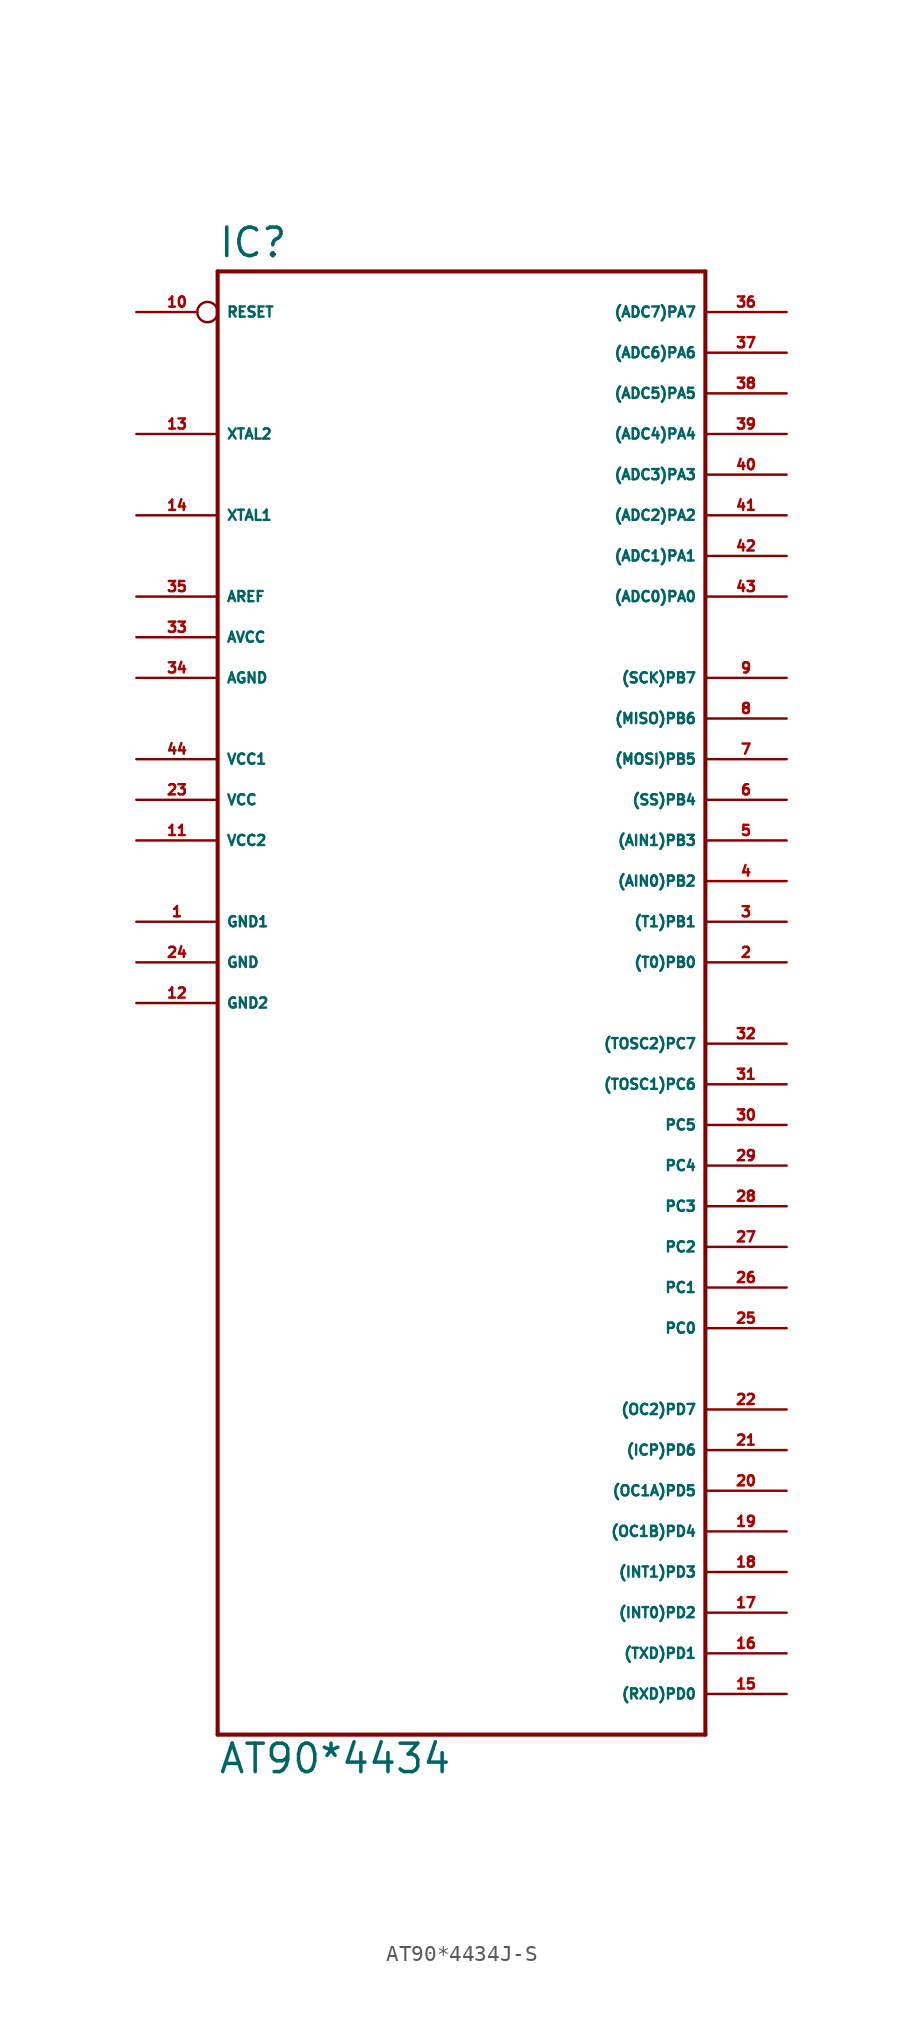
<source format=kicad_sym>
(kicad_symbol_lib
  (version 20220914)
  (generator Eagle2Kicad)
  (symbol "AT90*4434J-S"
    (property "Reference" "IC"
      (at -15.24 43.942 0)
      (effects (font (size 1.778 1.778) (thickness 0.22)) (justify left bottom)))
    (property "Value" "AT90*4434"
      (at -15.24 -50.8 0)
      (effects (font (size 1.778 1.778) (thickness 0.22)) (justify left bottom)))
    (polyline
      (pts (xy -15.24 43.18) (xy 15.24 43.18))
      (stroke (width 0.254) (type default))
      (fill (type none)))
    (polyline
      (pts (xy 15.24 43.18) (xy 15.24 -48.26))
      (stroke (width 0.254) (type default))
      (fill (type none)))
    (polyline
      (pts (xy 15.24 -48.26) (xy -15.24 -48.26))
      (stroke (width 0.254) (type default))
      (fill (type none)))
    (polyline
      (pts (xy -15.24 -48.26) (xy -15.24 43.18))
      (stroke (width 0.254) (type default))
      (fill (type none)))
    (pin bidirectional line
      (at 20.32 40.64 180)
      (length 5.08)
      (name "(ADC7)PA7" (effects (font (size 0.635 0.635) (thickness 0.08)) (justify left bottom)))
      (number "36" (effects (font (size 0.635 0.635) (thickness 0.08)) (justify left bottom))))
    (pin bidirectional line
      (at 20.32 38.1 180)
      (length 5.08)
      (name "(ADC6)PA6" (effects (font (size 0.635 0.635) (thickness 0.08)) (justify left bottom)))
      (number "37" (effects (font (size 0.635 0.635) (thickness 0.08)) (justify left bottom))))
    (pin bidirectional line
      (at 20.32 35.56 180)
      (length 5.08)
      (name "(ADC5)PA5" (effects (font (size 0.635 0.635) (thickness 0.08)) (justify left bottom)))
      (number "38" (effects (font (size 0.635 0.635) (thickness 0.08)) (justify left bottom))))
    (pin bidirectional line
      (at 20.32 33.02 180)
      (length 5.08)
      (name "(ADC4)PA4" (effects (font (size 0.635 0.635) (thickness 0.08)) (justify left bottom)))
      (number "39" (effects (font (size 0.635 0.635) (thickness 0.08)) (justify left bottom))))
    (pin bidirectional line
      (at 20.32 30.48 180)
      (length 5.08)
      (name "(ADC3)PA3" (effects (font (size 0.635 0.635) (thickness 0.08)) (justify left bottom)))
      (number "40" (effects (font (size 0.635 0.635) (thickness 0.08)) (justify left bottom))))
    (pin bidirectional line
      (at 20.32 27.94 180)
      (length 5.08)
      (name "(ADC2)PA2" (effects (font (size 0.635 0.635) (thickness 0.08)) (justify left bottom)))
      (number "41" (effects (font (size 0.635 0.635) (thickness 0.08)) (justify left bottom))))
    (pin bidirectional line
      (at 20.32 25.4 180)
      (length 5.08)
      (name "(ADC1)PA1" (effects (font (size 0.635 0.635) (thickness 0.08)) (justify left bottom)))
      (number "42" (effects (font (size 0.635 0.635) (thickness 0.08)) (justify left bottom))))
    (pin bidirectional line
      (at 20.32 22.86 180)
      (length 5.08)
      (name "(ADC0)PA0" (effects (font (size 0.635 0.635) (thickness 0.08)) (justify left bottom)))
      (number "43" (effects (font (size 0.635 0.635) (thickness 0.08)) (justify left bottom))))
    (pin bidirectional line
      (at 20.32 17.78 180)
      (length 5.08)
      (name "(SCK)PB7" (effects (font (size 0.635 0.635) (thickness 0.08)) (justify left bottom)))
      (number "9" (effects (font (size 0.635 0.635) (thickness 0.08)) (justify left bottom))))
    (pin bidirectional line
      (at 20.32 15.24 180)
      (length 5.08)
      (name "(MISO)PB6" (effects (font (size 0.635 0.635) (thickness 0.08)) (justify left bottom)))
      (number "8" (effects (font (size 0.635 0.635) (thickness 0.08)) (justify left bottom))))
    (pin bidirectional line
      (at 20.32 12.7 180)
      (length 5.08)
      (name "(MOSI)PB5" (effects (font (size 0.635 0.635) (thickness 0.08)) (justify left bottom)))
      (number "7" (effects (font (size 0.635 0.635) (thickness 0.08)) (justify left bottom))))
    (pin bidirectional line
      (at 20.32 10.16 180)
      (length 5.08)
      (name "(SS)PB4" (effects (font (size 0.635 0.635) (thickness 0.08)) (justify left bottom)))
      (number "6" (effects (font (size 0.635 0.635) (thickness 0.08)) (justify left bottom))))
    (pin bidirectional line
      (at 20.32 7.62 180)
      (length 5.08)
      (name "(AIN1)PB3" (effects (font (size 0.635 0.635) (thickness 0.08)) (justify left bottom)))
      (number "5" (effects (font (size 0.635 0.635) (thickness 0.08)) (justify left bottom))))
    (pin bidirectional line
      (at 20.32 5.08 180)
      (length 5.08)
      (name "(AIN0)PB2" (effects (font (size 0.635 0.635) (thickness 0.08)) (justify left bottom)))
      (number "4" (effects (font (size 0.635 0.635) (thickness 0.08)) (justify left bottom))))
    (pin bidirectional line
      (at 20.32 2.54 180)
      (length 5.08)
      (name "(T1)PB1" (effects (font (size 0.635 0.635) (thickness 0.08)) (justify left bottom)))
      (number "3" (effects (font (size 0.635 0.635) (thickness 0.08)) (justify left bottom))))
    (pin bidirectional line
      (at 20.32 0 180)
      (length 5.08)
      (name "(T0)PB0" (effects (font (size 0.635 0.635) (thickness 0.08)) (justify left bottom)))
      (number "2" (effects (font (size 0.635 0.635) (thickness 0.08)) (justify left bottom))))
    (pin bidirectional line
      (at 20.32 -5.08 180)
      (length 5.08)
      (name "(TOSC2)PC7" (effects (font (size 0.635 0.635) (thickness 0.08)) (justify left bottom)))
      (number "32" (effects (font (size 0.635 0.635) (thickness 0.08)) (justify left bottom))))
    (pin bidirectional line
      (at 20.32 -7.62 180)
      (length 5.08)
      (name "(TOSC1)PC6" (effects (font (size 0.635 0.635) (thickness 0.08)) (justify left bottom)))
      (number "31" (effects (font (size 0.635 0.635) (thickness 0.08)) (justify left bottom))))
    (pin bidirectional line
      (at 20.32 -10.16 180)
      (length 5.08)
      (name "PC5" (effects (font (size 0.635 0.635) (thickness 0.08)) (justify left bottom)))
      (number "30" (effects (font (size 0.635 0.635) (thickness 0.08)) (justify left bottom))))
    (pin bidirectional line
      (at 20.32 -12.7 180)
      (length 5.08)
      (name "PC4" (effects (font (size 0.635 0.635) (thickness 0.08)) (justify left bottom)))
      (number "29" (effects (font (size 0.635 0.635) (thickness 0.08)) (justify left bottom))))
    (pin bidirectional line
      (at 20.32 -15.24 180)
      (length 5.08)
      (name "PC3" (effects (font (size 0.635 0.635) (thickness 0.08)) (justify left bottom)))
      (number "28" (effects (font (size 0.635 0.635) (thickness 0.08)) (justify left bottom))))
    (pin bidirectional line
      (at 20.32 -17.78 180)
      (length 5.08)
      (name "PC2" (effects (font (size 0.635 0.635) (thickness 0.08)) (justify left bottom)))
      (number "27" (effects (font (size 0.635 0.635) (thickness 0.08)) (justify left bottom))))
    (pin bidirectional line
      (at 20.32 -20.32 180)
      (length 5.08)
      (name "PC1" (effects (font (size 0.635 0.635) (thickness 0.08)) (justify left bottom)))
      (number "26" (effects (font (size 0.635 0.635) (thickness 0.08)) (justify left bottom))))
    (pin bidirectional line
      (at 20.32 -22.86 180)
      (length 5.08)
      (name "PC0" (effects (font (size 0.635 0.635) (thickness 0.08)) (justify left bottom)))
      (number "25" (effects (font (size 0.635 0.635) (thickness 0.08)) (justify left bottom))))
    (pin unspecified line
      (at -20.32 17.78 0)
      (length 5.08)
      (name "AGND" (effects (font (size 0.635 0.635) (thickness 0.08)) (justify left bottom)))
      (number "34" (effects (font (size 0.635 0.635) (thickness 0.08)) (justify left bottom))))
    (pin unspecified line
      (at -20.32 20.32 0)
      (length 5.08)
      (name "AVCC" (effects (font (size 0.635 0.635) (thickness 0.08)) (justify left bottom)))
      (number "33" (effects (font (size 0.635 0.635) (thickness 0.08)) (justify left bottom))))
    (pin passive line
      (at -20.32 22.86 0)
      (length 5.08)
      (name "AREF" (effects (font (size 0.635 0.635) (thickness 0.08)) (justify left bottom)))
      (number "35" (effects (font (size 0.635 0.635) (thickness 0.08)) (justify left bottom))))
    (pin bidirectional line
      (at -20.32 27.94 0)
      (length 5.08)
      (name "XTAL1" (effects (font (size 0.635 0.635) (thickness 0.08)) (justify left bottom)))
      (number "14" (effects (font (size 0.635 0.635) (thickness 0.08)) (justify left bottom))))
    (pin bidirectional line
      (at -20.32 33.02 0)
      (length 5.08)
      (name "XTAL2" (effects (font (size 0.635 0.635) (thickness 0.08)) (justify left bottom)))
      (number "13" (effects (font (size 0.635 0.635) (thickness 0.08)) (justify left bottom))))
    (pin unspecified line
      (at -20.32 2.54 0)
      (length 5.08)
      (name "GND1" (effects (font (size 0.635 0.635) (thickness 0.08)) (justify left bottom)))
      (number "1" (effects (font (size 0.635 0.635) (thickness 0.08)) (justify left bottom))))
    (pin unspecified line
      (at -20.32 -2.54 0)
      (length 5.08)
      (name "GND2" (effects (font (size 0.635 0.635) (thickness 0.08)) (justify left bottom)))
      (number "12" (effects (font (size 0.635 0.635) (thickness 0.08)) (justify left bottom))))
    (pin input inverted
      (at -20.32 40.64 0)
      (length 5.08)
      (name "RESET" (effects (font (size 0.635 0.635) (thickness 0.08)) (justify left bottom)))
      (number "10" (effects (font (size 0.635 0.635) (thickness 0.08)) (justify left bottom))))
    (pin bidirectional line
      (at 20.32 -45.72 180)
      (length 5.08)
      (name "(RXD)PD0" (effects (font (size 0.635 0.635) (thickness 0.08)) (justify left bottom)))
      (number "15" (effects (font (size 0.635 0.635) (thickness 0.08)) (justify left bottom))))
    (pin bidirectional line
      (at 20.32 -43.18 180)
      (length 5.08)
      (name "(TXD)PD1" (effects (font (size 0.635 0.635) (thickness 0.08)) (justify left bottom)))
      (number "16" (effects (font (size 0.635 0.635) (thickness 0.08)) (justify left bottom))))
    (pin bidirectional line
      (at 20.32 -40.64 180)
      (length 5.08)
      (name "(INT0)PD2" (effects (font (size 0.635 0.635) (thickness 0.08)) (justify left bottom)))
      (number "17" (effects (font (size 0.635 0.635) (thickness 0.08)) (justify left bottom))))
    (pin bidirectional line
      (at 20.32 -38.1 180)
      (length 5.08)
      (name "(INT1)PD3" (effects (font (size 0.635 0.635) (thickness 0.08)) (justify left bottom)))
      (number "18" (effects (font (size 0.635 0.635) (thickness 0.08)) (justify left bottom))))
    (pin bidirectional line
      (at 20.32 -35.56 180)
      (length 5.08)
      (name "(OC1B)PD4" (effects (font (size 0.635 0.635) (thickness 0.08)) (justify left bottom)))
      (number "19" (effects (font (size 0.635 0.635) (thickness 0.08)) (justify left bottom))))
    (pin bidirectional line
      (at 20.32 -33.02 180)
      (length 5.08)
      (name "(OC1A)PD5" (effects (font (size 0.635 0.635) (thickness 0.08)) (justify left bottom)))
      (number "20" (effects (font (size 0.635 0.635) (thickness 0.08)) (justify left bottom))))
    (pin bidirectional line
      (at 20.32 -30.48 180)
      (length 5.08)
      (name "(ICP)PD6" (effects (font (size 0.635 0.635) (thickness 0.08)) (justify left bottom)))
      (number "21" (effects (font (size 0.635 0.635) (thickness 0.08)) (justify left bottom))))
    (pin bidirectional line
      (at 20.32 -27.94 180)
      (length 5.08)
      (name "(OC2)PD7" (effects (font (size 0.635 0.635) (thickness 0.08)) (justify left bottom)))
      (number "22" (effects (font (size 0.635 0.635) (thickness 0.08)) (justify left bottom))))
    (pin unspecified line
      (at -20.32 12.7 0)
      (length 5.08)
      (name "VCC1" (effects (font (size 0.635 0.635) (thickness 0.08)) (justify left bottom)))
      (number "44" (effects (font (size 0.635 0.635) (thickness 0.08)) (justify left bottom))))
    (pin unspecified line
      (at -20.32 10.16 0)
      (length 5.08)
      (name "VCC" (effects (font (size 0.635 0.635) (thickness 0.08)) (justify left bottom)))
      (number "23" (effects (font (size 0.635 0.635) (thickness 0.08)) (justify left bottom))))
    (pin unspecified line
      (at -20.32 7.62 0)
      (length 5.08)
      (name "VCC2" (effects (font (size 0.635 0.635) (thickness 0.08)) (justify left bottom)))
      (number "11" (effects (font (size 0.635 0.635) (thickness 0.08)) (justify left bottom))))
    (pin unspecified line
      (at -20.32 0 0)
      (length 5.08)
      (name "GND" (effects (font (size 0.635 0.635) (thickness 0.08)) (justify left bottom)))
      (number "24" (effects (font (size 0.635 0.635) (thickness 0.08)) (justify left bottom))))))
</source>
